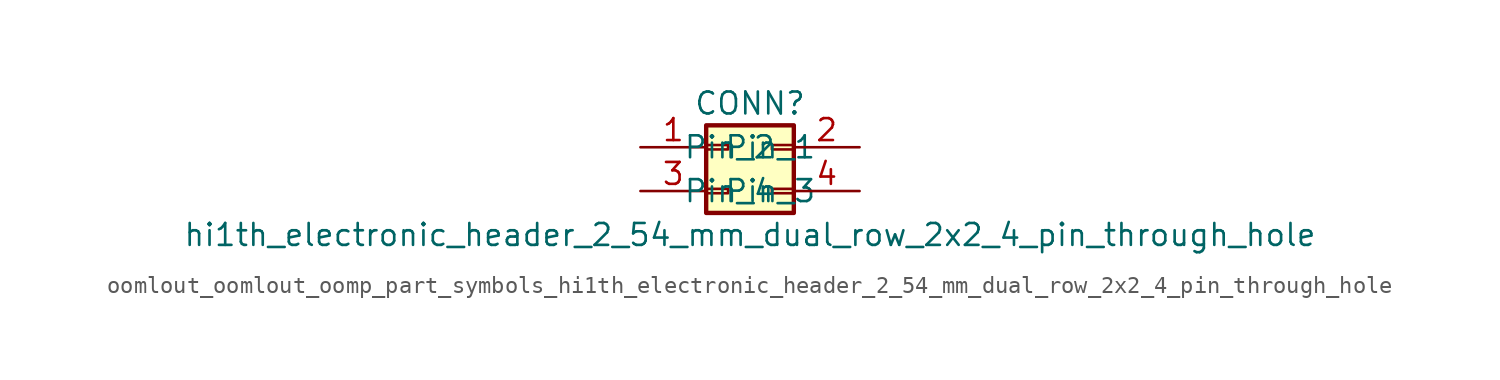
<source format=kicad_sym>
(kicad_symbol_lib
  (version 20220914)
  (generator kicad_symbol_editor)
  (symbol "oomlout_oomlout_oomp_part_symbols_hi1th_electronic_header_2_54_mm_dual_row_2x2_4_pin_through_hole"
    (pin_names
      (offset 1.016))
    (property "Reference" "CONN"
      (at 1.27 2.54 0)
      (effects (font (size 1.27 1.27))))
    (property "Value" "hi1th_electronic_header_2_54_mm_dual_row_2x2_4_pin_through_hole"
      (at 1.27 -5.08 0)
      (effects (font (size 1.27 1.27))))
    (symbol "oomlout_oomlout_oomp_part_symbols_hi1th_electronic_header_2_54_mm_dual_row_2x2_4_pin_through_hole_1_1"
      (rectangle (start -1.27 -2.413) (end 0 -2.667) (stroke (width 0.152) (type default)) (fill (type none)))
      (rectangle (start -1.27 0.127) (end 0 -0.127) (stroke (width 0.152) (type default)) (fill (type none)))
      (rectangle (start -1.27 1.27) (end 3.81 -3.81) (stroke (width 0.254) (type default)) (fill (type background)))
      (rectangle (start 3.81 -2.413) (end 2.54 -2.667) (stroke (width 0.152) (type default)) (fill (type none)))
      (rectangle (start 3.81 0.127) (end 2.54 -0.127) (stroke (width 0.152) (type default)) (fill (type none)))
      (pin passive line (at -5.08 0 0) (length 3.81) (name "Pin_1" (effects (font (size 1.27 1.27)))) (number "1" (effects (font (size 1.27 1.27)))))
      (pin passive line (at 7.62 0 180) (length 3.81) (name "Pin_2" (effects (font (size 1.27 1.27)))) (number "2" (effects (font (size 1.27 1.27)))))
      (pin passive line (at -5.08 -2.54 0) (length 3.81) (name "Pin_3" (effects (font (size 1.27 1.27)))) (number "3" (effects (font (size 1.27 1.27)))))
      (pin passive line (at 7.62 -2.54 180) (length 3.81) (name "Pin_4" (effects (font (size 1.27 1.27)))) (number "4" (effects (font (size 1.27 1.27))))))))
</source>
